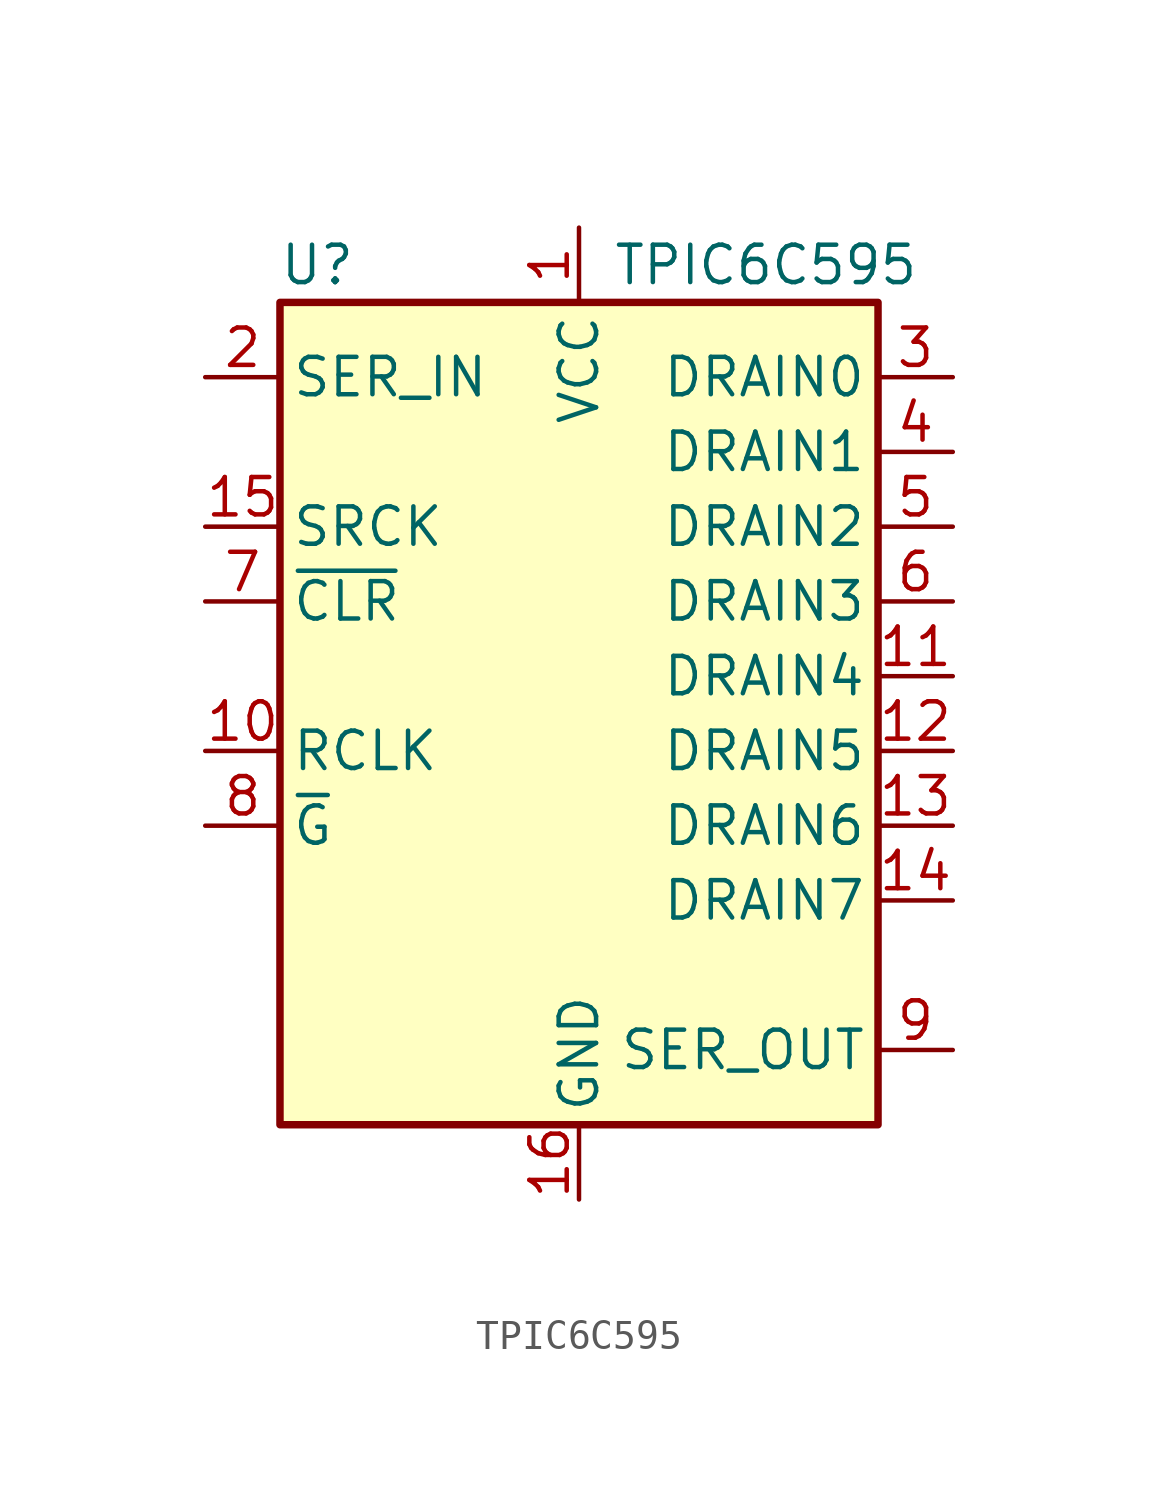
<source format=kicad_sym>
(kicad_symbol_lib
  (version 20220914)
  (generator kicad_symbol_editor)
  (symbol "TPIC6C595"
    (pin_names
      (offset 0.381))
    (property "Reference" "U"
      (at -8.89 13.97 0)
      (effects (font (size 1.27 1.27))))
    (property "Value" "TPIC6C595"
      (at 6.35 13.97 0)
      (effects (font (size 1.27 1.27))))
    (symbol "TPIC6C595_0_1"
      (rectangle (start -10.16 12.7) (end 10.16 -15.24) (stroke (width 0.254) (type default)) (fill (type background))))
    (symbol "TPIC6C595_1_1"
      (pin power_in line (at 0 15.24 270) (length 2.54) (name "VCC" (effects (font (size 1.27 1.27)))) (number "1" (effects (font (size 1.27 1.27)))))
      (pin input line (at -12.7 -2.54 0) (length 2.54) (name "RCLK" (effects (font (size 1.27 1.27)))) (number "10" (effects (font (size 1.27 1.27)))))
      (pin open_collector line (at 12.7 0 180) (length 2.54) (name "DRAIN4" (effects (font (size 1.27 1.27)))) (number "11" (effects (font (size 1.27 1.27)))))
      (pin open_collector line (at 12.7 -2.54 180) (length 2.54) (name "DRAIN5" (effects (font (size 1.27 1.27)))) (number "12" (effects (font (size 1.27 1.27)))))
      (pin open_collector line (at 12.7 -5.08 180) (length 2.54) (name "DRAIN6" (effects (font (size 1.27 1.27)))) (number "13" (effects (font (size 1.27 1.27)))))
      (pin open_collector line (at 12.7 -7.62 180) (length 2.54) (name "DRAIN7" (effects (font (size 1.27 1.27)))) (number "14" (effects (font (size 1.27 1.27)))))
      (pin input line (at -12.7 5.08 0) (length 2.54) (name "SRCK" (effects (font (size 1.27 1.27)))) (number "15" (effects (font (size 1.27 1.27)))))
      (pin power_in line (at 0 -17.78 90) (length 2.54) (name "GND" (effects (font (size 1.27 1.27)))) (number "16" (effects (font (size 1.27 1.27)))))
      (pin input line (at -12.7 10.16 0) (length 2.54) (name "SER_IN" (effects (font (size 1.27 1.27)))) (number "2" (effects (font (size 1.27 1.27)))))
      (pin open_collector line (at 12.7 10.16 180) (length 2.54) (name "DRAIN0" (effects (font (size 1.27 1.27)))) (number "3" (effects (font (size 1.27 1.27)))))
      (pin open_collector line (at 12.7 7.62 180) (length 2.54) (name "DRAIN1" (effects (font (size 1.27 1.27)))) (number "4" (effects (font (size 1.27 1.27)))))
      (pin open_collector line (at 12.7 5.08 180) (length 2.54) (name "DRAIN2" (effects (font (size 1.27 1.27)))) (number "5" (effects (font (size 1.27 1.27)))))
      (pin open_collector line (at 12.7 2.54 180) (length 2.54) (name "DRAIN3" (effects (font (size 1.27 1.27)))) (number "6" (effects (font (size 1.27 1.27)))))
      (pin input line (at -12.7 2.54 0) (length 2.54) (name "~{CLR}" (effects (font (size 1.27 1.27)))) (number "7" (effects (font (size 1.27 1.27)))))
      (pin input line (at -12.7 -5.08 0) (length 2.54) (name "~{G}" (effects (font (size 1.27 1.27)))) (number "8" (effects (font (size 1.27 1.27)))))
      (pin output line (at 12.7 -12.7 180) (length 2.54) (name "SER_OUT" (effects (font (size 1.27 1.27)))) (number "9" (effects (font (size 1.27 1.27))))))))
</source>
